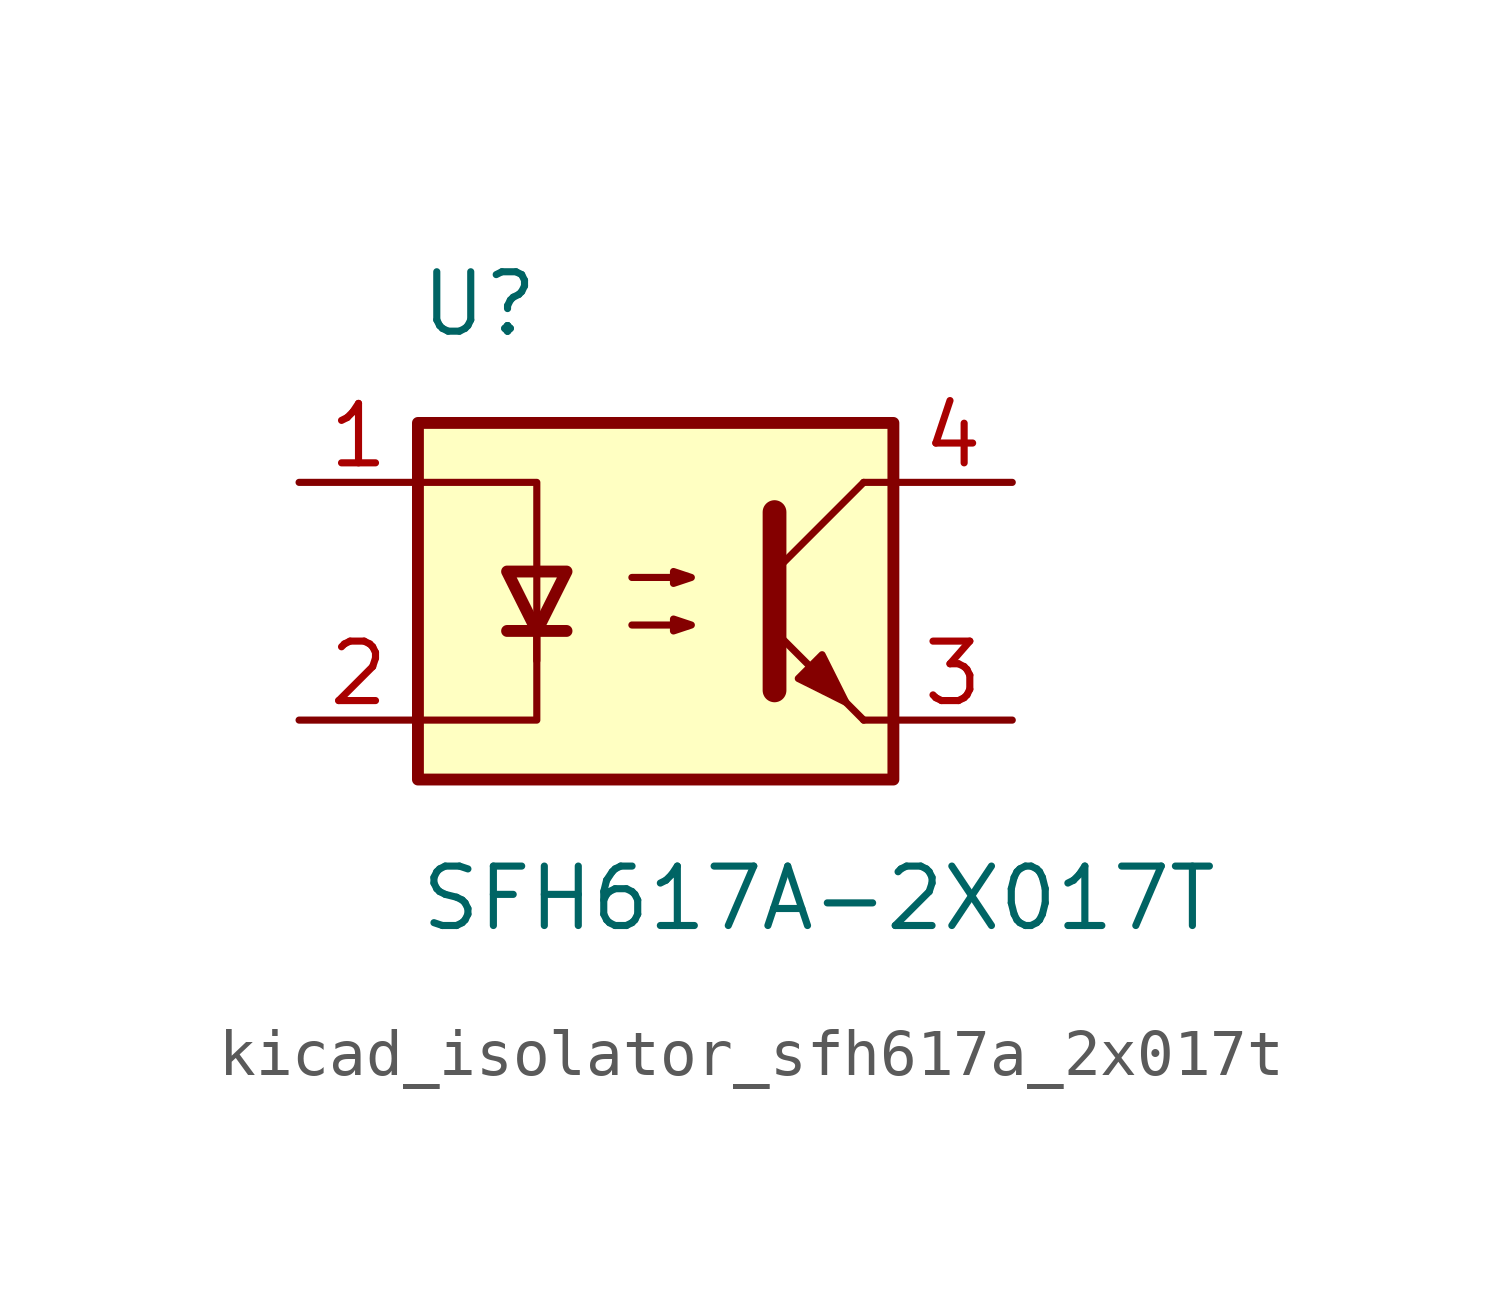
<source format=kicad_sym>
(kicad_symbol_lib
  (version 20220914)
  (generator kicad_symbol_editor)
  (symbol "kicad_isolator_sfh617a_2x017t"
    (pin_names
      (offset 1.016))
    (property "Reference" "U"
      (at -5.08 6.35 0)
      (effects (font (size 1.27 1.27)) (justify left)))
    (property "Value" "SFH617A-2X017T"
      (at -5.08 -6.35 0)
      (effects (font (size 1.27 1.27)) (justify left)))
    (symbol "kicad_isolator_sfh617a_2x017t_0_1"
      (rectangle (start -5.08 3.81) (end 5.08 -3.81) (stroke (width 0.254) (type default)) (fill (type background)))
      (polyline (pts (xy -3.175 -0.635) (xy -1.905 -0.635)) (stroke (width 0.254) (type default)) (fill (type none)))
      (polyline (pts (xy 2.54 0.635) (xy 4.445 2.54)) (stroke (width 0) (type default)) (fill (type none)))
      (polyline (pts (xy 4.445 -2.54) (xy 2.54 -0.635)) (stroke (width 0) (type default)) (fill (type outline)))
      (polyline (pts (xy 4.445 -2.54) (xy 5.08 -2.54)) (stroke (width 0) (type default)) (fill (type none)))
      (polyline (pts (xy 4.445 2.54) (xy 5.08 2.54)) (stroke (width 0) (type default)) (fill (type none)))
      (polyline (pts (xy -2.54 -0.635) (xy -2.54 -2.54) (xy -5.08 -2.54)) (stroke (width 0) (type default)) (fill (type none)))
      (polyline (pts (xy 2.54 1.905) (xy 2.54 -1.905) (xy 2.54 -1.905)) (stroke (width 0.508) (type default)) (fill (type none)))
      (polyline (pts (xy -5.08 2.54) (xy -2.54 2.54) (xy -2.54 -1.27) (xy -2.54 0.635)) (stroke (width 0) (type default)) (fill (type none)))
      (polyline (pts (xy -2.54 -0.635) (xy -3.175 0.635) (xy -1.905 0.635) (xy -2.54 -0.635)) (stroke (width 0.254) (type default)) (fill (type none)))
      (polyline (pts (xy -0.508 -0.508) (xy 0.762 -0.508) (xy 0.381 -0.635) (xy 0.381 -0.381) (xy 0.762 -0.508)) (stroke (width 0) (type default)) (fill (type none)))
      (polyline (pts (xy -0.508 0.508) (xy 0.762 0.508) (xy 0.381 0.381) (xy 0.381 0.635) (xy 0.762 0.508)) (stroke (width 0) (type default)) (fill (type none)))
      (polyline (pts (xy 3.048 -1.651) (xy 3.556 -1.143) (xy 4.064 -2.159) (xy 3.048 -1.651) (xy 3.048 -1.651)) (stroke (width 0) (type default)) (fill (type outline))))
    (symbol "kicad_isolator_sfh617a_2x017t_1_1"
      (pin passive line (at -7.62 2.54 0) (length 2.54) (name "~" (effects (font (size 1.27 1.27)))) (number "1" (effects (font (size 1.27 1.27)))))
      (pin passive line (at -7.62 -2.54 0) (length 2.54) (name "~" (effects (font (size 1.27 1.27)))) (number "2" (effects (font (size 1.27 1.27)))))
      (pin passive line (at 7.62 -2.54 180) (length 2.54) (name "~" (effects (font (size 1.27 1.27)))) (number "3" (effects (font (size 1.27 1.27)))))
      (pin passive line (at 7.62 2.54 180) (length 2.54) (name "~" (effects (font (size 1.27 1.27)))) (number "4" (effects (font (size 1.27 1.27))))))))
</source>
